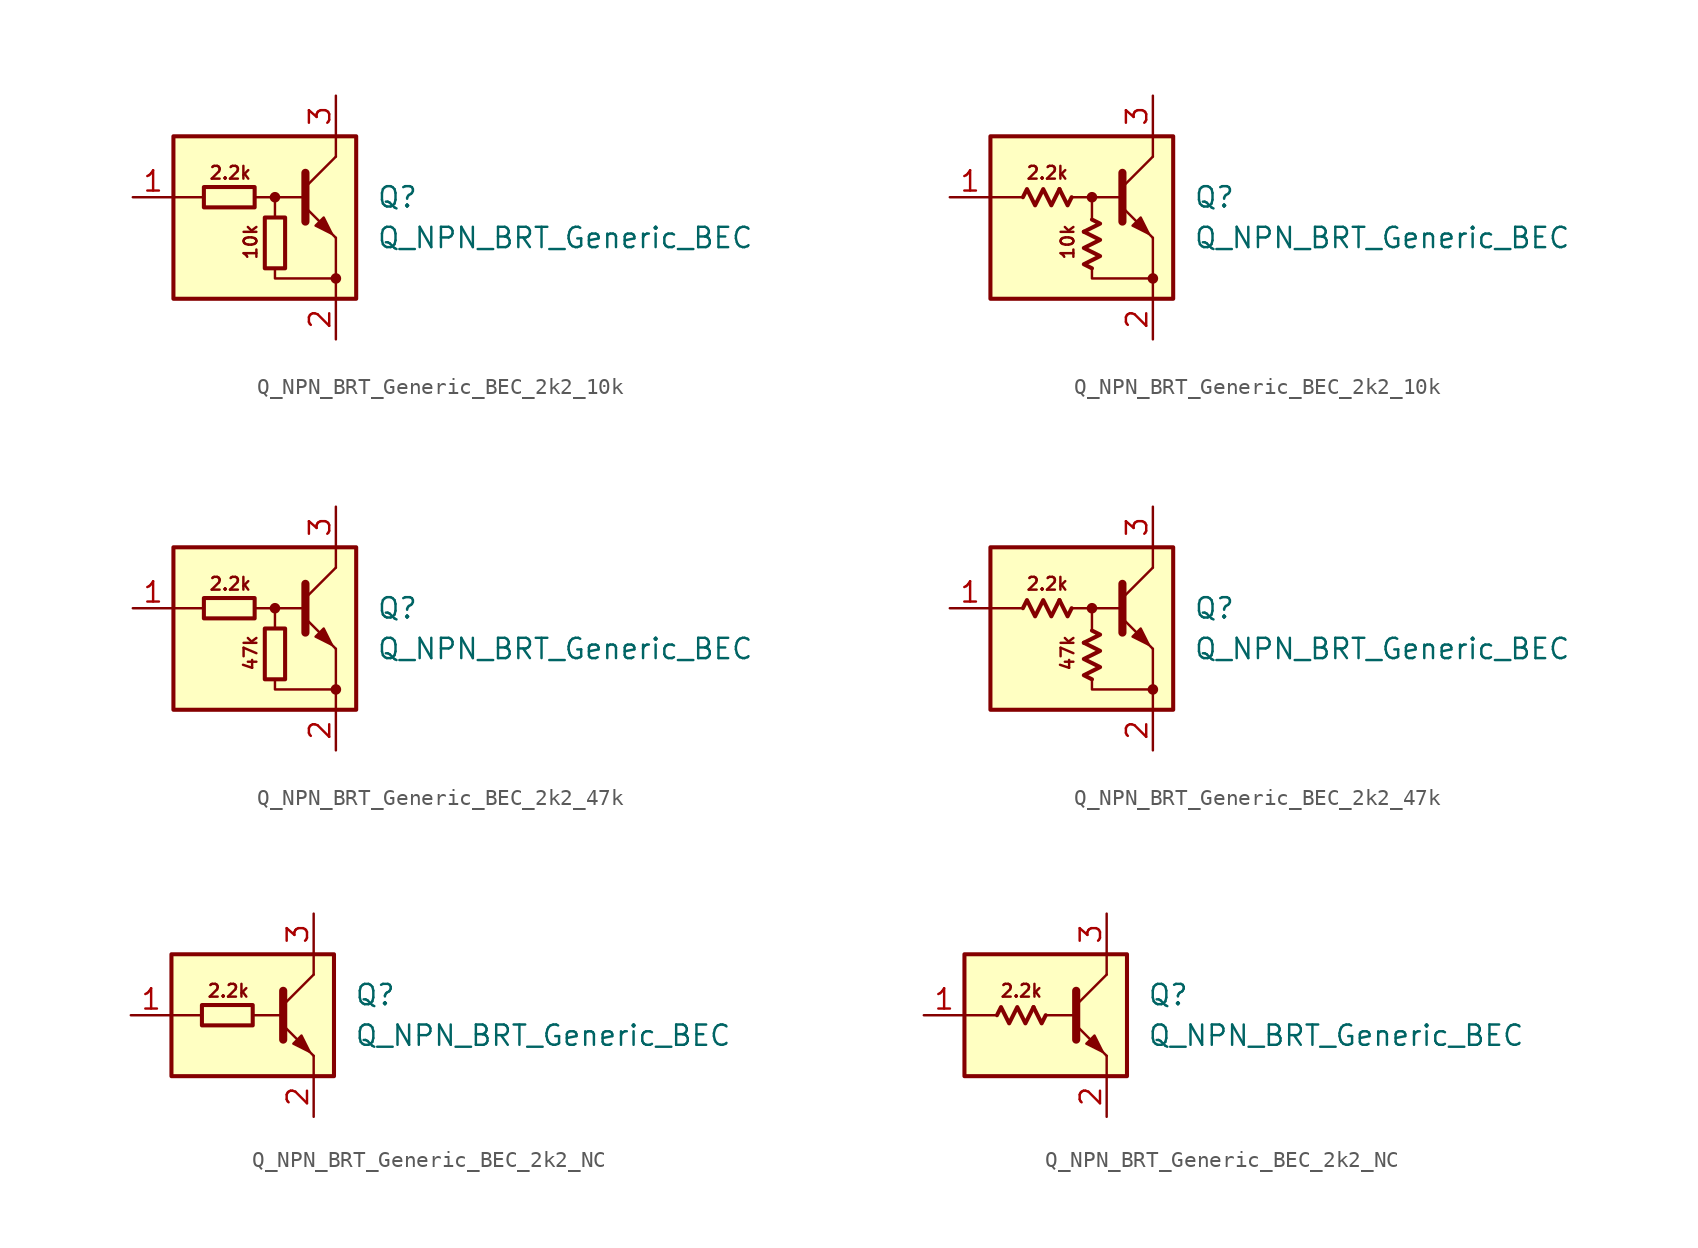
<source format=kicad_sym>
(kicad_symbol_lib
  (version 20220914)
  (generator kicad_symbol_editor)
  (symbol "Q_NPN_BRT_Generic_BEC_2k2_10k"
    (pin_names hide)
    (property "Reference" "Q"
      (at 6.35 1.27 0)
      (effects (font (size 1.27 1.27)) (justify left)))
    (property "Value" "Q_NPN_BRT_Generic_BEC"
      (at 6.35 -1.27 0)
      (effects (font (size 1.27 1.27)) (justify left)))
    (symbol "Q_NPN_BRT_Generic_BEC_2k2_10k_0_1"
      (rectangle (start -4.445 1.905) (end -1.27 0.635) (stroke (width 0.254) (type default)) (fill (type none)))
      (rectangle (start -0.635 0) (end 0.635 -3.175) (stroke (width 0.254) (type default)) (fill (type none))))
    (symbol "Q_NPN_BRT_Generic_BEC_2k2_10k_0_2"
      (polyline (pts (xy -2.032 1.778) (xy -1.524 0.762) (xy -1.27 1.27)) (stroke (width 0.254) (type default)) (fill (type none)))
      (polyline (pts (xy -0.508 -0.889) (xy 0.508 -0.381) (xy 0 -0.127)) (stroke (width 0.254) (type default)) (fill (type none)))
      (polyline (pts (xy -4.318 1.27) (xy -4.064 1.778) (xy -3.556 0.762) (xy -3.048 1.778) (xy -2.54 0.762) (xy -2.032 1.778)) (stroke (width 0.254) (type default)) (fill (type none)))
      (polyline (pts (xy 0 -3.175) (xy -0.508 -2.921) (xy 0.508 -2.413) (xy -0.508 -1.905) (xy 0.508 -1.397) (xy -0.508 -0.889)) (stroke (width 0.254) (type default)) (fill (type none))))
    (symbol "Q_NPN_BRT_Generic_BEC_2k2_10k_1_0"
      (rectangle (start -6.35 5.08) (end 5.08 -5.08) (stroke (width 0.254) (type default)) (fill (type background)))
      (polyline (pts (xy -4.445 1.27) (xy -6.35 1.27)) (stroke (width 0) (type default)) (fill (type none)))
      (polyline (pts (xy -0.254 1.27) (xy 1.905 1.27)) (stroke (width 0) (type default)) (fill (type none)))
      (polyline (pts (xy 1.905 1.905) (xy 3.81 3.81)) (stroke (width 0) (type default)) (fill (type none)))
      (polyline (pts (xy 1.905 2.794) (xy 1.905 -0.254)) (stroke (width 0.508) (type default)) (fill (type none)))
      (polyline (pts (xy 3.81 -3.81) (xy 3.81 -5.08)) (stroke (width 0) (type default)) (fill (type none)))
      (polyline (pts (xy 3.81 -3.81) (xy 3.81 -1.27)) (stroke (width 0) (type default)) (fill (type none)))
      (polyline (pts (xy 3.81 3.81) (xy 3.81 5.08)) (stroke (width 0) (type default)) (fill (type none)))
      (polyline (pts (xy -1.27 1.27) (xy 0 1.27) (xy 0 0)) (stroke (width 0) (type default)) (fill (type none)))
      (polyline (pts (xy 0 -3.175) (xy 0 -3.81) (xy 3.81 -3.81)) (stroke (width 0) (type default)) (fill (type none)))
      (polyline (pts (xy 1.905 0.635) (xy 3.81 -1.27) (xy 3.81 -1.27)) (stroke (width 0) (type default)) (fill (type none)))
      (polyline (pts (xy 2.54 -0.508) (xy 3.048 0) (xy 3.556 -1.016) (xy 2.54 -0.508) (xy 2.54 -0.508)) (stroke (width 0) (type default)) (fill (type outline)))
      (circle (center 0 1.27) (radius 0.254) (stroke (width 0) (type default)) (fill (type outline)))
      (circle (center 3.81 -3.81) (radius 0.254) (stroke (width 0) (type default)) (fill (type outline)))
      (text "10k" (at -1.524 -1.524 900) (effects (font (size 0.8 0.8))))
      (text "2.2k" (at -2.794 2.794 0) (effects (font (size 0.8 0.8)))))
    (symbol "Q_NPN_BRT_Generic_BEC_2k2_10k_1_1"
      (pin input line (at -8.89 1.27 0) (length 2.54) (name "B" (effects (font (size 1.27 1.27)))) (number "1" (effects (font (size 1.27 1.27)))))
      (pin passive line (at 3.81 -7.62 90) (length 2.54) (name "E" (effects (font (size 1.27 1.27)))) (number "2" (effects (font (size 1.27 1.27)))))
      (pin passive line (at 3.81 7.62 270) (length 2.54) (name "C" (effects (font (size 1.27 1.27)))) (number "3" (effects (font (size 1.27 1.27))))))
    (symbol "Q_NPN_BRT_Generic_BEC_2k2_10k_1_2"
      (pin input line (at -8.89 1.27 0) (length 2.54) (name "B" (effects (font (size 1.27 1.27)))) (number "1" (effects (font (size 1.27 1.27)))))
      (pin passive line (at 3.81 -7.62 90) (length 2.54) (name "E" (effects (font (size 1.27 1.27)))) (number "2" (effects (font (size 1.27 1.27)))))
      (pin passive line (at 3.81 7.62 270) (length 2.54) (name "C" (effects (font (size 1.27 1.27)))) (number "3" (effects (font (size 1.27 1.27)))))))
  (symbol "Q_NPN_BRT_Generic_BEC_2k2_47k"
    (pin_names hide)
    (property "Reference" "Q"
      (at 6.35 1.27 0)
      (effects (font (size 1.27 1.27)) (justify left)))
    (property "Value" "Q_NPN_BRT_Generic_BEC"
      (at 6.35 -1.27 0)
      (effects (font (size 1.27 1.27)) (justify left)))
    (symbol "Q_NPN_BRT_Generic_BEC_2k2_47k_0_1"
      (rectangle (start -4.445 1.905) (end -1.27 0.635) (stroke (width 0.254) (type default)) (fill (type none)))
      (rectangle (start -0.635 0) (end 0.635 -3.175) (stroke (width 0.254) (type default)) (fill (type none))))
    (symbol "Q_NPN_BRT_Generic_BEC_2k2_47k_0_2"
      (polyline (pts (xy -2.032 1.778) (xy -1.524 0.762) (xy -1.27 1.27)) (stroke (width 0.254) (type default)) (fill (type none)))
      (polyline (pts (xy -0.508 -0.889) (xy 0.508 -0.381) (xy 0 -0.127)) (stroke (width 0.254) (type default)) (fill (type none)))
      (polyline (pts (xy -4.318 1.27) (xy -4.064 1.778) (xy -3.556 0.762) (xy -3.048 1.778) (xy -2.54 0.762) (xy -2.032 1.778)) (stroke (width 0.254) (type default)) (fill (type none)))
      (polyline (pts (xy 0 -3.175) (xy -0.508 -2.921) (xy 0.508 -2.413) (xy -0.508 -1.905) (xy 0.508 -1.397) (xy -0.508 -0.889)) (stroke (width 0.254) (type default)) (fill (type none))))
    (symbol "Q_NPN_BRT_Generic_BEC_2k2_47k_1_0"
      (rectangle (start -6.35 5.08) (end 5.08 -5.08) (stroke (width 0.254) (type default)) (fill (type background)))
      (polyline (pts (xy -4.445 1.27) (xy -6.35 1.27)) (stroke (width 0) (type default)) (fill (type none)))
      (polyline (pts (xy -0.254 1.27) (xy 1.905 1.27)) (stroke (width 0) (type default)) (fill (type none)))
      (polyline (pts (xy 1.905 1.905) (xy 3.81 3.81)) (stroke (width 0) (type default)) (fill (type none)))
      (polyline (pts (xy 1.905 2.794) (xy 1.905 -0.254)) (stroke (width 0.508) (type default)) (fill (type none)))
      (polyline (pts (xy 3.81 -3.81) (xy 3.81 -5.08)) (stroke (width 0) (type default)) (fill (type none)))
      (polyline (pts (xy 3.81 -3.81) (xy 3.81 -1.27)) (stroke (width 0) (type default)) (fill (type none)))
      (polyline (pts (xy 3.81 3.81) (xy 3.81 5.08)) (stroke (width 0) (type default)) (fill (type none)))
      (polyline (pts (xy -1.27 1.27) (xy 0 1.27) (xy 0 0)) (stroke (width 0) (type default)) (fill (type none)))
      (polyline (pts (xy 0 -3.175) (xy 0 -3.81) (xy 3.81 -3.81)) (stroke (width 0) (type default)) (fill (type none)))
      (polyline (pts (xy 1.905 0.635) (xy 3.81 -1.27) (xy 3.81 -1.27)) (stroke (width 0) (type default)) (fill (type none)))
      (polyline (pts (xy 2.54 -0.508) (xy 3.048 0) (xy 3.556 -1.016) (xy 2.54 -0.508) (xy 2.54 -0.508)) (stroke (width 0) (type default)) (fill (type outline)))
      (circle (center 0 1.27) (radius 0.254) (stroke (width 0) (type default)) (fill (type outline)))
      (circle (center 3.81 -3.81) (radius 0.254) (stroke (width 0) (type default)) (fill (type outline)))
      (text "2.2k" (at -2.794 2.794 0) (effects (font (size 0.8 0.8))))
      (text "47k" (at -1.524 -1.524 900) (effects (font (size 0.8 0.8)))))
    (symbol "Q_NPN_BRT_Generic_BEC_2k2_47k_1_1"
      (pin input line (at -8.89 1.27 0) (length 2.54) (name "B" (effects (font (size 1.27 1.27)))) (number "1" (effects (font (size 1.27 1.27)))))
      (pin passive line (at 3.81 -7.62 90) (length 2.54) (name "E" (effects (font (size 1.27 1.27)))) (number "2" (effects (font (size 1.27 1.27)))))
      (pin passive line (at 3.81 7.62 270) (length 2.54) (name "C" (effects (font (size 1.27 1.27)))) (number "3" (effects (font (size 1.27 1.27))))))
    (symbol "Q_NPN_BRT_Generic_BEC_2k2_47k_1_2"
      (pin input line (at -8.89 1.27 0) (length 2.54) (name "B" (effects (font (size 1.27 1.27)))) (number "1" (effects (font (size 1.27 1.27)))))
      (pin passive line (at 3.81 -7.62 90) (length 2.54) (name "E" (effects (font (size 1.27 1.27)))) (number "2" (effects (font (size 1.27 1.27)))))
      (pin passive line (at 3.81 7.62 270) (length 2.54) (name "C" (effects (font (size 1.27 1.27)))) (number "3" (effects (font (size 1.27 1.27)))))))
  (symbol "Q_NPN_BRT_Generic_BEC_2k2_NC"
    (pin_names hide)
    (property "Reference" "Q"
      (at 6.35 1.27 0)
      (effects (font (size 1.27 1.27)) (justify left)))
    (property "Value" "Q_NPN_BRT_Generic_BEC"
      (at 6.35 -1.27 0)
      (effects (font (size 1.27 1.27)) (justify left)))
    (symbol "Q_NPN_BRT_Generic_BEC_2k2_NC_0_1"
      (rectangle (start -3.175 0.635) (end 0 -0.635) (stroke (width 0.254) (type default)) (fill (type none))))
    (symbol "Q_NPN_BRT_Generic_BEC_2k2_NC_0_2"
      (polyline (pts (xy -0.762 0.508) (xy -0.254 -0.508) (xy 0 0)) (stroke (width 0.254) (type default)) (fill (type none)))
      (polyline (pts (xy -3.048 0) (xy -2.794 0.508) (xy -2.286 -0.508) (xy -1.778 0.508) (xy -1.27 -0.508) (xy -0.762 0.508)) (stroke (width 0.254) (type default)) (fill (type none))))
    (symbol "Q_NPN_BRT_Generic_BEC_2k2_NC_1_0"
      (rectangle (start -5.08 3.81) (end 5.08 -3.81) (stroke (width 0.254) (type default)) (fill (type background)))
      (polyline (pts (xy -3.175 0) (xy -5.08 0)) (stroke (width 0) (type default)) (fill (type none)))
      (polyline (pts (xy 0 0) (xy 1.905 0)) (stroke (width 0) (type default)) (fill (type none)))
      (polyline (pts (xy 1.905 0.635) (xy 3.81 2.54)) (stroke (width 0) (type default)) (fill (type none)))
      (polyline (pts (xy 1.905 1.524) (xy 1.905 -1.524)) (stroke (width 0.508) (type default)) (fill (type none)))
      (polyline (pts (xy 3.81 -2.54) (xy 3.81 -3.81)) (stroke (width 0) (type default)) (fill (type none)))
      (polyline (pts (xy 3.81 2.54) (xy 3.81 3.81)) (stroke (width 0) (type default)) (fill (type none)))
      (polyline (pts (xy 1.905 -0.635) (xy 3.81 -2.54) (xy 3.81 -2.54)) (stroke (width 0) (type default)) (fill (type none)))
      (polyline (pts (xy 2.54 -1.778) (xy 3.048 -1.27) (xy 3.556 -2.286) (xy 2.54 -1.778) (xy 2.54 -1.778)) (stroke (width 0) (type default)) (fill (type outline)))
      (text "2.2k" (at -1.524 1.524 0) (effects (font (size 0.8 0.8)))))
    (symbol "Q_NPN_BRT_Generic_BEC_2k2_NC_1_1"
      (pin input line (at -7.62 0 0) (length 2.54) (name "B" (effects (font (size 1.27 1.27)))) (number "1" (effects (font (size 1.27 1.27)))))
      (pin passive line (at 3.81 -6.35 90) (length 2.54) (name "E" (effects (font (size 1.27 1.27)))) (number "2" (effects (font (size 1.27 1.27)))))
      (pin passive line (at 3.81 6.35 270) (length 2.54) (name "C" (effects (font (size 1.27 1.27)))) (number "3" (effects (font (size 1.27 1.27))))))
    (symbol "Q_NPN_BRT_Generic_BEC_2k2_NC_1_2"
      (pin input line (at -7.62 0 0) (length 2.54) (name "B" (effects (font (size 1.27 1.27)))) (number "1" (effects (font (size 1.27 1.27)))))
      (pin passive line (at 3.81 -6.35 90) (length 2.54) (name "E" (effects (font (size 1.27 1.27)))) (number "2" (effects (font (size 1.27 1.27)))))
      (pin passive line (at 3.81 6.35 270) (length 2.54) (name "C" (effects (font (size 1.27 1.27)))) (number "3" (effects (font (size 1.27 1.27))))))))
</source>
